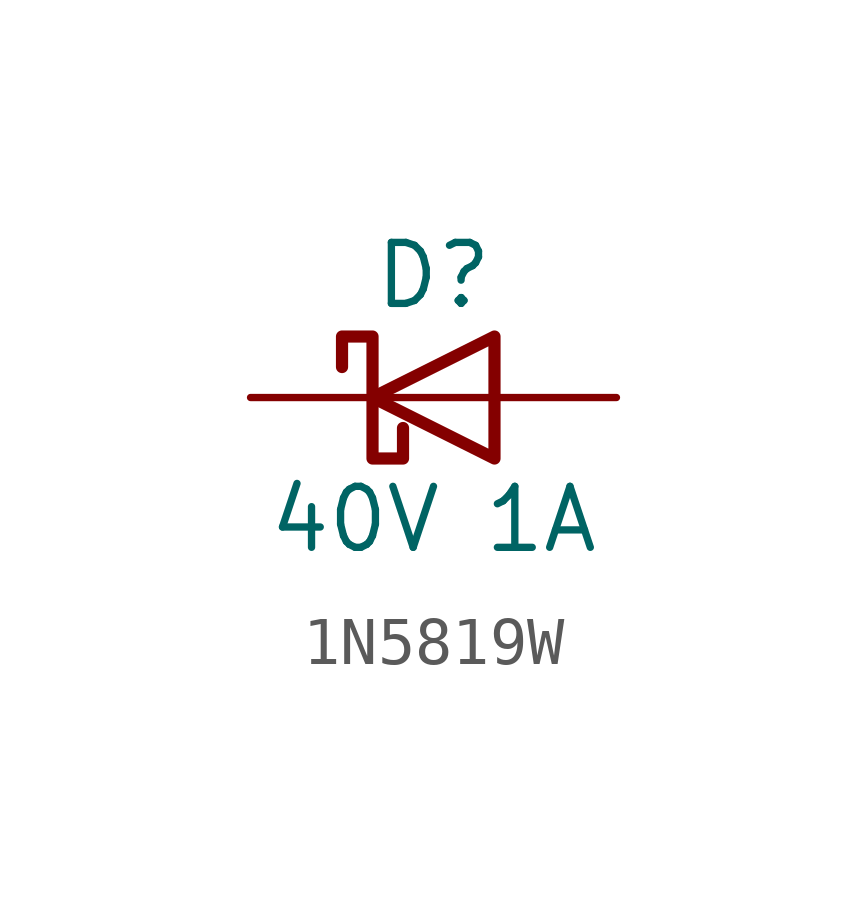
<source format=kicad_sym>
(kicad_symbol_lib
  (version 20241209)
  (generator "kicad_symbol_editor")
  (generator_version "9.0")
  (symbol "1N5819W"
    (pin_numbers
      (hide yes))
    (pin_names
      (offset 1.016)
      (hide yes))
    (property "Reference" "D"
      (at 0 2.54 0)
      (effects (font (size 1.27 1.27))))
    (property "Value" "40V 1A"
      (at 0 -2.54 0)
      (effects (font (size 1.27 1.27))))
    (symbol "1N5819W_0_1"
      (polyline (pts (xy -1.905 0.635) (xy -1.905 1.27) (xy -1.27 1.27) (xy -1.27 -1.27) (xy -0.635 -1.27) (xy -0.635 -0.635)) (stroke (width 0.254) (type default)) (fill (type none)))
      (polyline (pts (xy 1.27 1.27) (xy 1.27 -1.27) (xy -1.27 0) (xy 1.27 1.27)) (stroke (width 0.254) (type default)) (fill (type none)))
      (polyline (pts (xy 1.27 0) (xy -1.27 0)) (stroke (width 0) (type default)) (fill (type none))))
    (symbol "1N5819W_1_1"
      (pin passive line (at -3.81 0 0) (length 2.54) (name "K" (effects (font (size 1.27 1.27)))) (number "1" (effects (font (size 1.27 1.27)))))
      (pin passive line (at 3.81 0 180) (length 2.54) (name "A" (effects (font (size 1.27 1.27)))) (number "2" (effects (font (size 1.27 1.27))))))))
</source>
